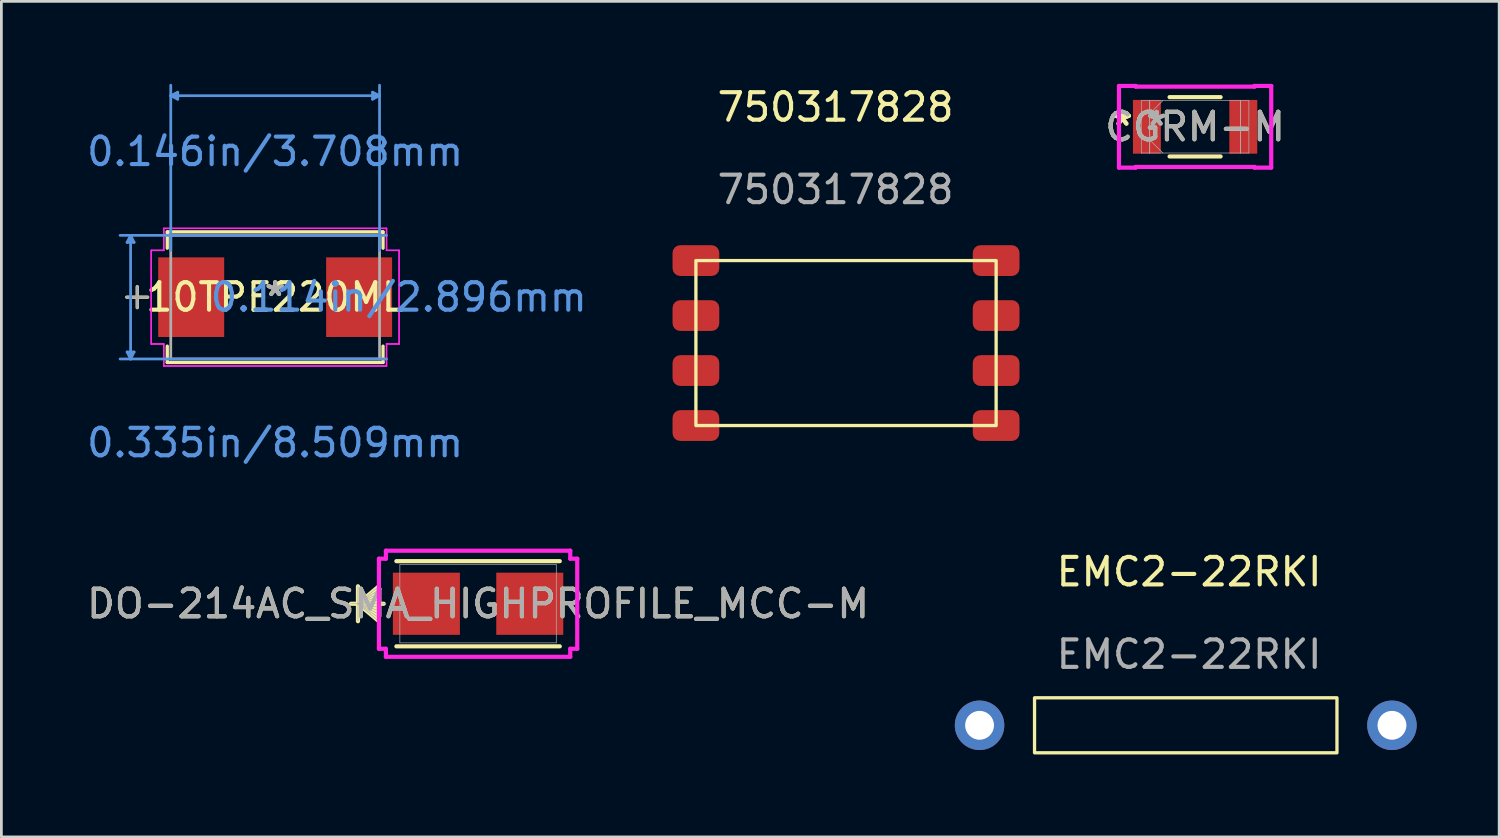
<source format=kicad_pcb>
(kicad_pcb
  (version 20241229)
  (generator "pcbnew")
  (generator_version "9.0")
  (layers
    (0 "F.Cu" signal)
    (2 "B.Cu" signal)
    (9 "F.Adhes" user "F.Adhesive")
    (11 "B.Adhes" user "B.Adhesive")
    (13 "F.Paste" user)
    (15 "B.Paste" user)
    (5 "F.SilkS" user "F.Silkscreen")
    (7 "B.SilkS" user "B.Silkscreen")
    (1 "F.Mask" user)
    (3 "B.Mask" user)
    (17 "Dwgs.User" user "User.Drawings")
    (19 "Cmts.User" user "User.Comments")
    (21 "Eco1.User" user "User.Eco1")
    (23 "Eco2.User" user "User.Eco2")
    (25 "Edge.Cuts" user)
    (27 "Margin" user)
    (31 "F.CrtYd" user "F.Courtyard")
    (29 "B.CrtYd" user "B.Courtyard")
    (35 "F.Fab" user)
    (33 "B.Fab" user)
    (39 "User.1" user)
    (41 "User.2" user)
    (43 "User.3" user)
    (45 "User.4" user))
  (footprint "CGRM-M"
    (layer "F.Cu")
    (at 40.419 1.562)
    (property "Reference" "CGRM-M" (at 0 0 0) (unlocked yes) (layer "F.SilkS") (effects (font (size 1 1) (thickness 0.15))))
    (attr smd)
    (fp_line (start -0.928 1.079) (end 0.928 1.079) (stroke (width 0.152) (type solid)) (layer "F.SilkS"))
    (fp_line (start 0.928 -1.079) (end -0.928 -1.079) (stroke (width 0.152) (type solid)) (layer "F.SilkS"))
    (fp_line (start -2.769 -1.486) (end -2.159 -1.486) (stroke (width 0.152) (type solid)) (layer "F.CrtYd"))
    (fp_line (start -2.769 1.486) (end -2.769 -1.486) (stroke (width 0.152) (type solid)) (layer "F.CrtYd"))
    (fp_line (start -2.159 -1.486) (end -2.159 -1.46) (stroke (width 0.152) (type solid)) (layer "F.CrtYd"))
    (fp_line (start -2.159 -1.46) (end 2.159 -1.46) (stroke (width 0.152) (type solid)) (layer "F.CrtYd"))
    (fp_line (start -2.159 1.46) (end -2.159 1.486) (stroke (width 0.152) (type solid)) (layer "F.CrtYd"))
    (fp_line (start -2.159 1.486) (end -2.769 1.486) (stroke (width 0.152) (type solid)) (layer "F.CrtYd"))
    (fp_line (start 2.159 -1.486) (end 2.769 -1.486) (stroke (width 0.152) (type solid)) (layer "F.CrtYd"))
    (fp_line (start 2.159 -1.46) (end 2.159 -1.486) (stroke (width 0.152) (type solid)) (layer "F.CrtYd"))
    (fp_line (start 2.159 1.46) (end -2.159 1.46) (stroke (width 0.152) (type solid)) (layer "F.CrtYd"))
    (fp_line (start 2.159 1.486) (end 2.159 1.46) (stroke (width 0.152) (type solid)) (layer "F.CrtYd"))
    (fp_line (start 2.769 -1.486) (end 2.769 1.486) (stroke (width 0.152) (type solid)) (layer "F.CrtYd"))
    (fp_line (start 2.769 1.486) (end 2.159 1.486) (stroke (width 0.152) (type solid)) (layer "F.CrtYd"))
    (fp_line (start -1.956 -0.953) (end -1.956 0.953) (stroke (width 0.025) (type solid)) (layer "F.Fab"))
    (fp_line (start -1.956 0.953) (end -1.651 0.953) (stroke (width 0.025) (type solid)) (layer "F.Fab"))
    (fp_line (start -1.651 -0.953) (end -1.956 -0.953) (stroke (width 0.025) (type solid)) (layer "F.Fab"))
    (fp_line (start -1.651 -0.953) (end -1.651 0.953) (stroke (width 0.025) (type solid)) (layer "F.Fab"))
    (fp_line (start -1.651 -0.476) (end -1.175 -0.953) (stroke (width 0.025) (type solid)) (layer "F.Fab"))
    (fp_line (start -1.651 0.476) (end -1.175 0.953) (stroke (width 0.025) (type solid)) (layer "F.Fab"))
    (fp_line (start -1.651 0.953) (end -1.651 -0.953) (stroke (width 0.025) (type solid)) (layer "F.Fab"))
    (fp_line (start -1.651 0.953) (end 1.651 0.953) (stroke (width 0.025) (type solid)) (layer "F.Fab"))
    (fp_line (start 1.651 -0.953) (end -1.651 -0.953) (stroke (width 0.025) (type solid)) (layer "F.Fab"))
    (fp_line (start 1.651 -0.953) (end 1.651 0.953) (stroke (width 0.025) (type solid)) (layer "F.Fab"))
    (fp_line (start 1.651 0.953) (end 1.651 -0.953) (stroke (width 0.025) (type solid)) (layer "F.Fab"))
    (fp_line (start 1.651 0.953) (end 1.956 0.953) (stroke (width 0.025) (type solid)) (layer "F.Fab"))
    (fp_line (start 1.956 -0.953) (end 1.651 -0.953) (stroke (width 0.025) (type solid)) (layer "F.Fab"))
    (fp_line (start 1.956 0.953) (end 1.956 -0.953) (stroke (width 0.025) (type solid)) (layer "F.Fab"))
    (fp_text user "*" (at -2.642 0 0) (unlocked yes) (layer "F.SilkS") (effects (font (size 1 1) (thickness 0.15))))
    (fp_text user "*" (at -2.642 0 0) (layer "F.SilkS") (effects (font (size 1 1) (thickness 0.15))))
    (fp_text user "*" (at -1.397 0 0) (unlocked yes) (layer "F.Fab") (effects (font (size 1 1) (thickness 0.15))))
    (fp_text user "*" (at -1.397 0 0) (layer "F.Fab") (effects (font (size 1 1) (thickness 0.15))))
    (fp_text user "${REFERENCE}" (at 0 0 0) (unlocked yes) (layer "F.Fab") (effects (font (size 1 1) (thickness 0.15))))
    (pad "1" smd rect (at -1.753 0) (size 1.016 1.956) (layers "F.Cu" "F.Mask" "F.Paste"))
    (pad "2" smd rect (at 1.753 0) (size 1.016 1.956) (layers "F.Cu" "F.Mask" "F.Paste"))
    (zone (net_name "") (layer "F.Cu") (hatch full 0.508) (connect_pads) (min_thickness 0.254) (filled_areas_thickness no) (keepout (tracks not_allowed) (vias not_allowed) (pads allowed) (copperpour not_allowed) (footprints allowed)) (placement (enabled no)) (fill) (polygon (pts (xy 39.226 0.66) (xy 41.613 0.66) (xy 41.613 2.464) (xy 39.226 2.464)))))
  (footprint "EMC2-22RKI"
    (layer "F.Cu")
    (at 40.199 18.251)
    (property "Reference" "EMC2-22RKI" (at 0 -0.5 0) (unlocked yes) (layer "F.SilkS") (effects (font (size 1 1) (thickness 0.15))))
    (attr through_hole)
    (fp_rect (start -5.62 4.08) (end 5.38 6.08) (stroke (width 0.12) (type solid)) (fill no) (layer "F.SilkS"))
    (fp_text user "${REFERENCE}" (at 0 2.5 0) (unlocked yes) (layer "F.Fab") (effects (font (size 1 1) (thickness 0.15))))
    (pad "1" thru_hole circle (at -7.62 5.08) (size 1.8 1.8) (drill 1.05) (layers "*.Cu" "*.Mask"))
    (pad "2" thru_hole circle (at 7.38 5.08) (size 1.8 1.8) (drill 1.05) (layers "*.Cu" "*.Mask")))
  (footprint "10TPE220ML"
    (layer "F.Cu")
    (at 6.958 7.759)
    (property "Reference" "10TPE220ML" (at 0 0 0) (layer "F.SilkS") (effects (font (size 1 1) (thickness 0.15))))
    (attr through_hole)
    (fp_line (start -5.016 -0.381) (end -5.016 0.381) (stroke (width 0.12) (type solid)) (layer "F.SilkS"))
    (fp_line (start -4.636 0) (end -5.397 0) (stroke (width 0.12) (type solid)) (layer "F.SilkS"))
    (fp_line (start -3.924 -2.375) (end -3.924 -1.781) (stroke (width 0.12) (type solid)) (layer "F.SilkS"))
    (fp_line (start -3.924 1.781) (end -3.924 2.375) (stroke (width 0.12) (type solid)) (layer "F.SilkS"))
    (fp_line (start -3.924 2.375) (end 3.924 2.375) (stroke (width 0.12) (type solid)) (layer "F.SilkS"))
    (fp_line (start 3.924 -2.375) (end -3.924 -2.375) (stroke (width 0.12) (type solid)) (layer "F.SilkS"))
    (fp_line (start 3.924 -1.781) (end 3.924 -2.375) (stroke (width 0.12) (type solid)) (layer "F.SilkS"))
    (fp_line (start 3.924 2.375) (end 3.924 1.781) (stroke (width 0.12) (type solid)) (layer "F.SilkS"))
    (fp_line (start -5.385 -1.994) (end -5.131 -1.994) (stroke (width 0.1) (type solid)) (layer "Cmts.User"))
    (fp_line (start -5.385 1.994) (end -5.131 1.994) (stroke (width 0.1) (type solid)) (layer "Cmts.User"))
    (fp_line (start -5.258 -2.248) (end -5.385 -1.994) (stroke (width 0.1) (type solid)) (layer "Cmts.User"))
    (fp_line (start -5.258 -2.248) (end -5.258 2.248) (stroke (width 0.1) (type solid)) (layer "Cmts.User"))
    (fp_line (start -5.258 -2.248) (end -5.131 -1.994) (stroke (width 0.1) (type solid)) (layer "Cmts.User"))
    (fp_line (start -5.258 2.248) (end -5.385 1.994) (stroke (width 0.1) (type solid)) (layer "Cmts.User"))
    (fp_line (start -5.258 2.248) (end -5.131 1.994) (stroke (width 0.1) (type solid)) (layer "Cmts.User"))
    (fp_line (start -3.797 -7.328) (end -3.543 -7.455) (stroke (width 0.1) (type solid)) (layer "Cmts.User"))
    (fp_line (start -3.797 -7.328) (end -3.543 -7.201) (stroke (width 0.1) (type solid)) (layer "Cmts.User"))
    (fp_line (start -3.797 -7.328) (end 3.797 -7.328) (stroke (width 0.1) (type solid)) (layer "Cmts.User"))
    (fp_line (start -3.797 -1.702) (end -3.797 -7.709) (stroke (width 0.1) (type solid)) (layer "Cmts.User"))
    (fp_line (start -3.543 -7.455) (end -3.543 -7.201) (stroke (width 0.1) (type solid)) (layer "Cmts.User"))
    (fp_line (start 3.543 -7.455) (end 3.543 -7.201) (stroke (width 0.1) (type solid)) (layer "Cmts.User"))
    (fp_line (start 3.797 -7.328) (end 3.543 -7.455) (stroke (width 0.1) (type solid)) (layer "Cmts.User"))
    (fp_line (start 3.797 -7.328) (end 3.543 -7.201) (stroke (width 0.1) (type solid)) (layer "Cmts.User"))
    (fp_line (start 3.797 -1.702) (end 3.797 -7.709) (stroke (width 0.1) (type solid)) (layer "Cmts.User"))
    (fp_line (start 4.051 -2.248) (end -5.639 -2.248) (stroke (width 0.1) (type solid)) (layer "Cmts.User"))
    (fp_line (start 4.051 2.248) (end -5.639 2.248) (stroke (width 0.1) (type solid)) (layer "Cmts.User"))
    (fp_line (start -4.508 -1.702) (end -4.051 -1.702) (stroke (width 0.05) (type solid)) (layer "F.CrtYd"))
    (fp_line (start -4.508 -1.702) (end -4.051 -1.702) (stroke (width 0.05) (type solid)) (layer "F.CrtYd"))
    (fp_line (start -4.508 1.702) (end -4.508 -1.702) (stroke (width 0.05) (type solid)) (layer "F.CrtYd"))
    (fp_line (start -4.508 1.702) (end -4.508 -1.702) (stroke (width 0.05) (type solid)) (layer "F.CrtYd"))
    (fp_line (start -4.051 -2.502) (end 4.051 -2.502) (stroke (width 0.05) (type solid)) (layer "F.CrtYd"))
    (fp_line (start -4.051 -2.502) (end 4.051 -2.502) (stroke (width 0.05) (type solid)) (layer "F.CrtYd"))
    (fp_line (start -4.051 -1.702) (end -4.051 -2.502) (stroke (width 0.05) (type solid)) (layer "F.CrtYd"))
    (fp_line (start -4.051 -1.702) (end -4.051 -2.502) (stroke (width 0.05) (type solid)) (layer "F.CrtYd"))
    (fp_line (start -4.051 1.702) (end -4.508 1.702) (stroke (width 0.05) (type solid)) (layer "F.CrtYd"))
    (fp_line (start -4.051 1.702) (end -4.508 1.702) (stroke (width 0.05) (type solid)) (layer "F.CrtYd"))
    (fp_line (start -4.051 2.502) (end -4.051 1.702) (stroke (width 0.05) (type solid)) (layer "F.CrtYd"))
    (fp_line (start -4.051 2.502) (end -4.051 1.702) (stroke (width 0.05) (type solid)) (layer "F.CrtYd"))
    (fp_line (start 4.051 -2.502) (end 4.051 -1.702) (stroke (width 0.05) (type solid)) (layer "F.CrtYd"))
    (fp_line (start 4.051 -2.502) (end 4.051 -1.702) (stroke (width 0.05) (type solid)) (layer "F.CrtYd"))
    (fp_line (start 4.051 -1.702) (end 4.508 -1.702) (stroke (width 0.05) (type solid)) (layer "F.CrtYd"))
    (fp_line (start 4.051 -1.702) (end 4.508 -1.702) (stroke (width 0.05) (type solid)) (layer "F.CrtYd"))
    (fp_line (start 4.051 1.702) (end 4.051 2.502) (stroke (width 0.05) (type solid)) (layer "F.CrtYd"))
    (fp_line (start 4.051 1.702) (end 4.051 2.502) (stroke (width 0.05) (type solid)) (layer "F.CrtYd"))
    (fp_line (start 4.051 2.502) (end -4.051 2.502) (stroke (width 0.05) (type solid)) (layer "F.CrtYd"))
    (fp_line (start 4.051 2.502) (end -4.051 2.502) (stroke (width 0.05) (type solid)) (layer "F.CrtYd"))
    (fp_line (start 4.508 -1.702) (end 4.508 1.702) (stroke (width 0.05) (type solid)) (layer "F.CrtYd"))
    (fp_line (start 4.508 -1.702) (end 4.508 1.702) (stroke (width 0.05) (type solid)) (layer "F.CrtYd"))
    (fp_line (start 4.508 1.702) (end 4.051 1.702) (stroke (width 0.05) (type solid)) (layer "F.CrtYd"))
    (fp_line (start 4.508 1.702) (end 4.051 1.702) (stroke (width 0.05) (type solid)) (layer "F.CrtYd"))
    (fp_line (start -5.016 -0.381) (end -5.016 0.381) (stroke (width 0.1) (type solid)) (layer "F.Fab"))
    (fp_line (start -4.636 0) (end -5.397 0) (stroke (width 0.1) (type solid)) (layer "F.Fab"))
    (fp_line (start -3.797 -2.248) (end -3.797 2.248) (stroke (width 0.1) (type solid)) (layer "F.Fab"))
    (fp_line (start -3.797 2.248) (end 3.797 2.248) (stroke (width 0.1) (type solid)) (layer "F.Fab"))
    (fp_line (start 3.797 -2.248) (end -3.797 -2.248) (stroke (width 0.1) (type solid)) (layer "F.Fab"))
    (fp_line (start 3.797 2.248) (end 3.797 -2.248) (stroke (width 0.1) (type solid)) (layer "F.Fab"))
    (fp_text user "*" (at 0 0 0) (layer "F.SilkS") (effects (font (size 1 1) (thickness 0.15))))
    (fp_text user "0.335in/8.509mm" (at 0 5.296 0) (layer "Cmts.User") (effects (font (size 1 1) (thickness 0.15))))
    (fp_text user "Copyright 2021 Accelerated Designs. All rights reserved." (at 0 0 0) (layer "Cmts.User") (effects (font (size 0.127 0.127) (thickness 0.002))))
    (fp_text user "0.146in/3.708mm" (at 0 -5.296 0) (layer "Cmts.User") (effects (font (size 1 1) (thickness 0.15))))
    (fp_text user "0.114in/2.896mm" (at 4.496 0 0) (layer "Cmts.User") (effects (font (size 1 1) (thickness 0.15))))
    (fp_text user "*" (at 0 0 0) (layer "F.Fab") (effects (font (size 1 1) (thickness 0.15))))
    (pad "1" smd rect (at -3.054 0) (size 2.4 2.896) (layers "F.Cu" "F.Mask" "F.Paste"))
    (pad "2" smd rect (at 3.054 0) (size 2.4 2.896) (layers "F.Cu" "F.Mask" "F.Paste")))
  (footprint "750317828"
    (layer "F.Cu")
    (at 29.882 1.348)
    (property "Reference" "750317828" (at -2.54 -0.5 0) (unlocked yes) (layer "F.SilkS") (effects (font (size 1 1) (thickness 0.15))))
    (attr smd)
    (fp_rect (start -7.62 5.08) (end 3.3 11.08) (stroke (width 0.12) (type solid)) (fill no) (layer "F.SilkS"))
    (fp_text user "${REFERENCE}" (at -2.54 2.5 0) (unlocked yes) (layer "F.Fab") (effects (font (size 1 1) (thickness 0.15))))
    (pad "1" smd roundrect (at 3.3 5.08) (size 1.7 1.12) (layers "F.Cu" "F.Mask" "F.Paste") (roundrect_rratio 0.25))
    (pad "2" smd roundrect (at 3.3 7.08) (size 1.7 1.12) (layers "F.Cu" "F.Mask" "F.Paste") (roundrect_rratio 0.25))
    (pad "3" smd roundrect (at 3.3 9.08) (size 1.7 1.12) (layers "F.Cu" "F.Mask" "F.Paste") (roundrect_rratio 0.25))
    (pad "4" smd roundrect (at 3.3 11.08) (size 1.7 1.12) (layers "F.Cu" "F.Mask" "F.Paste") (roundrect_rratio 0.25))
    (pad "5" smd roundrect (at -7.62 11.08) (size 1.7 1.12) (layers "F.Cu" "F.Mask" "F.Paste") (roundrect_rratio 0.25))
    (pad "6" smd roundrect (at -7.62 9.08) (size 1.7 1.12) (layers "F.Cu" "F.Mask" "F.Paste") (roundrect_rratio 0.25))
    (pad "7" smd roundrect (at -7.62 7.08) (size 1.7 1.12) (layers "F.Cu" "F.Mask" "F.Paste") (roundrect_rratio 0.25))
    (pad "8" smd roundrect (at -7.62 5.08) (size 1.7 1.12) (layers "F.Cu" "F.Mask" "F.Paste") (roundrect_rratio 0.25)))
  (footprint "DO-214AC_SMA_HIGHPROFILE_MCC-M"
    (layer "F.Cu")
    (at 14.339 18.91)
    (property "Reference" "DO-214AC_SMA_HIGHPROFILE_MCC-M" (at 0 0 0) (unlocked yes) (layer "F.SilkS") (effects (font (size 1 1) (thickness 0.15))))
    (attr smd)
    (fp_line (start -4.369 -0.635) (end -4.369 0.635) (stroke (width 0.152) (type solid)) (layer "F.SilkS"))
    (fp_line (start -4.369 0) (end -3.607 -0.635) (stroke (width 0.152) (type solid)) (layer "F.SilkS"))
    (fp_line (start -4.369 0) (end -3.607 -0.508) (stroke (width 0.152) (type solid)) (layer "F.SilkS"))
    (fp_line (start -4.369 0) (end -3.607 -0.381) (stroke (width 0.152) (type solid)) (layer "F.SilkS"))
    (fp_line (start -4.369 0) (end -3.607 -0.254) (stroke (width 0.152) (type solid)) (layer "F.SilkS"))
    (fp_line (start -4.369 0) (end -3.607 -0.127) (stroke (width 0.152) (type solid)) (layer "F.SilkS"))
    (fp_line (start -4.369 0) (end -3.607 0.127) (stroke (width 0.152) (type solid)) (layer "F.SilkS"))
    (fp_line (start -4.369 0) (end -3.607 0.254) (stroke (width 0.152) (type solid)) (layer "F.SilkS"))
    (fp_line (start -4.369 0) (end -3.607 0.381) (stroke (width 0.152) (type solid)) (layer "F.SilkS"))
    (fp_line (start -4.369 0) (end -3.607 0.508) (stroke (width 0.152) (type solid)) (layer "F.SilkS"))
    (fp_line (start -4.369 0) (end -3.607 0.635) (stroke (width 0.152) (type solid)) (layer "F.SilkS"))
    (fp_line (start -3.607 -0.635) (end -3.607 0.635) (stroke (width 0.152) (type solid)) (layer "F.SilkS"))
    (fp_line (start -3.432 0) (end -4.623 0) (stroke (width 0.152) (type solid)) (layer "F.SilkS"))
    (fp_line (start -2.972 1.549) (end 2.972 1.549) (stroke (width 0.152) (type solid)) (layer "F.SilkS"))
    (fp_line (start 2.972 -1.549) (end -2.972 -1.549) (stroke (width 0.152) (type solid)) (layer "F.SilkS"))
    (fp_line (start -3.607 -1.638) (end -3.353 -1.638) (stroke (width 0.152) (type solid)) (layer "F.CrtYd"))
    (fp_line (start -3.607 1.638) (end -3.607 -1.638) (stroke (width 0.152) (type solid)) (layer "F.CrtYd"))
    (fp_line (start -3.353 -1.93) (end 3.353 -1.93) (stroke (width 0.152) (type solid)) (layer "F.CrtYd"))
    (fp_line (start -3.353 -1.638) (end -3.353 -1.93) (stroke (width 0.152) (type solid)) (layer "F.CrtYd"))
    (fp_line (start -3.353 1.638) (end -3.607 1.638) (stroke (width 0.152) (type solid)) (layer "F.CrtYd"))
    (fp_line (start -3.353 1.93) (end -3.353 1.638) (stroke (width 0.152) (type solid)) (layer "F.CrtYd"))
    (fp_line (start 3.353 -1.93) (end 3.353 -1.638) (stroke (width 0.152) (type solid)) (layer "F.CrtYd"))
    (fp_line (start 3.353 -1.638) (end 3.607 -1.638) (stroke (width 0.152) (type solid)) (layer "F.CrtYd"))
    (fp_line (start 3.353 1.638) (end 3.353 1.93) (stroke (width 0.152) (type solid)) (layer "F.CrtYd"))
    (fp_line (start 3.353 1.93) (end -3.353 1.93) (stroke (width 0.152) (type solid)) (layer "F.CrtYd"))
    (fp_line (start 3.607 -1.638) (end 3.607 1.638) (stroke (width 0.152) (type solid)) (layer "F.CrtYd"))
    (fp_line (start 3.607 1.638) (end 3.353 1.638) (stroke (width 0.152) (type solid)) (layer "F.CrtYd"))
    (fp_line (start -4.369 -0.635) (end -4.369 0.635) (stroke (width 0.025) (type solid)) (layer "F.Fab"))
    (fp_line (start -4.369 0) (end -3.607 -0.635) (stroke (width 0.025) (type solid)) (layer "F.Fab"))
    (fp_line (start -4.369 0) (end -3.607 -0.508) (stroke (width 0.025) (type solid)) (layer "F.Fab"))
    (fp_line (start -4.369 0) (end -3.607 -0.381) (stroke (width 0.025) (type solid)) (layer "F.Fab"))
    (fp_line (start -4.369 0) (end -3.607 -0.254) (stroke (width 0.025) (type solid)) (layer "F.Fab"))
    (fp_line (start -4.369 0) (end -3.607 -0.127) (stroke (width 0.025) (type solid)) (layer "F.Fab"))
    (fp_line (start -4.369 0) (end -3.607 0.127) (stroke (width 0.025) (type solid)) (layer "F.Fab"))
    (fp_line (start -4.369 0) (end -3.607 0.254) (stroke (width 0.025) (type solid)) (layer "F.Fab"))
    (fp_line (start -4.369 0) (end -3.607 0.381) (stroke (width 0.025) (type solid)) (layer "F.Fab"))
    (fp_line (start -4.369 0) (end -3.607 0.508) (stroke (width 0.025) (type solid)) (layer "F.Fab"))
    (fp_line (start -4.369 0) (end -3.607 0.635) (stroke (width 0.025) (type solid)) (layer "F.Fab"))
    (fp_line (start -3.607 -0.635) (end -3.607 0.635) (stroke (width 0.025) (type solid)) (layer "F.Fab"))
    (fp_line (start -3.353 0) (end -4.623 0) (stroke (width 0.025) (type solid)) (layer "F.Fab"))
    (fp_line (start -2.845 -1.422) (end -2.845 1.422) (stroke (width 0.025) (type solid)) (layer "F.Fab"))
    (fp_line (start -2.845 1.422) (end 2.845 1.422) (stroke (width 0.025) (type solid)) (layer "F.Fab"))
    (fp_line (start 2.845 -1.422) (end -2.845 -1.422) (stroke (width 0.025) (type solid)) (layer "F.Fab"))
    (fp_line (start 2.845 1.422) (end 2.845 -1.422) (stroke (width 0.025) (type solid)) (layer "F.Fab"))
    (fp_text user "${REFERENCE}" (at 0 0 0) (unlocked yes) (layer "F.Fab") (effects (font (size 1 1) (thickness 0.15))))
    (pad "1" smd rect (at -1.88 0 90) (size 2.261 2.438) (layers "F.Cu" "F.Mask" "F.Paste"))
    (pad "2" smd rect (at 1.88 0 90) (size 2.261 2.438) (layers "F.Cu" "F.Mask" "F.Paste"))
    (zone (net_name "") (layer "F.Cu") (hatch full 0.508) (connect_pads) (min_thickness 0.254) (filled_areas_thickness no) (keepout (tracks not_allowed) (vias not_allowed) (pads allowed) (copperpour not_allowed) (footprints allowed)) (placement (enabled no)) (fill) (polygon (pts (xy 11.545 17.538) (xy 17.133 17.538) (xy 17.133 17.729) (xy 11.545 17.729))))
    (zone (net_name "") (layer "F.Cu") (hatch full 0.508) (connect_pads) (min_thickness 0.254) (filled_areas_thickness no) (keepout (tracks not_allowed) (vias not_allowed) (pads allowed) (copperpour not_allowed) (footprints allowed)) (placement (enabled no)) (fill) (polygon (pts (xy 11.545 20.091) (xy 17.133 20.091) (xy 17.133 20.281) (xy 11.545 20.281))))
    (zone (net_name "") (layer "F.Cu") (hatch full 0.508) (connect_pads) (min_thickness 0.254) (filled_areas_thickness no) (keepout (tracks not_allowed) (vias not_allowed) (pads allowed) (copperpour not_allowed) (footprints allowed)) (placement (enabled no)) (fill) (polygon (pts (xy 13.73 17.729) (xy 14.949 17.729) (xy 14.949 20.091) (xy 13.73 20.091)))))
  (gr_rect
    (start -3 -3)
    (end 51.479 27.391)
    (stroke (width 0.1) (type default))
    (fill no)
    (layer "Edge.Cuts")))
</source>
